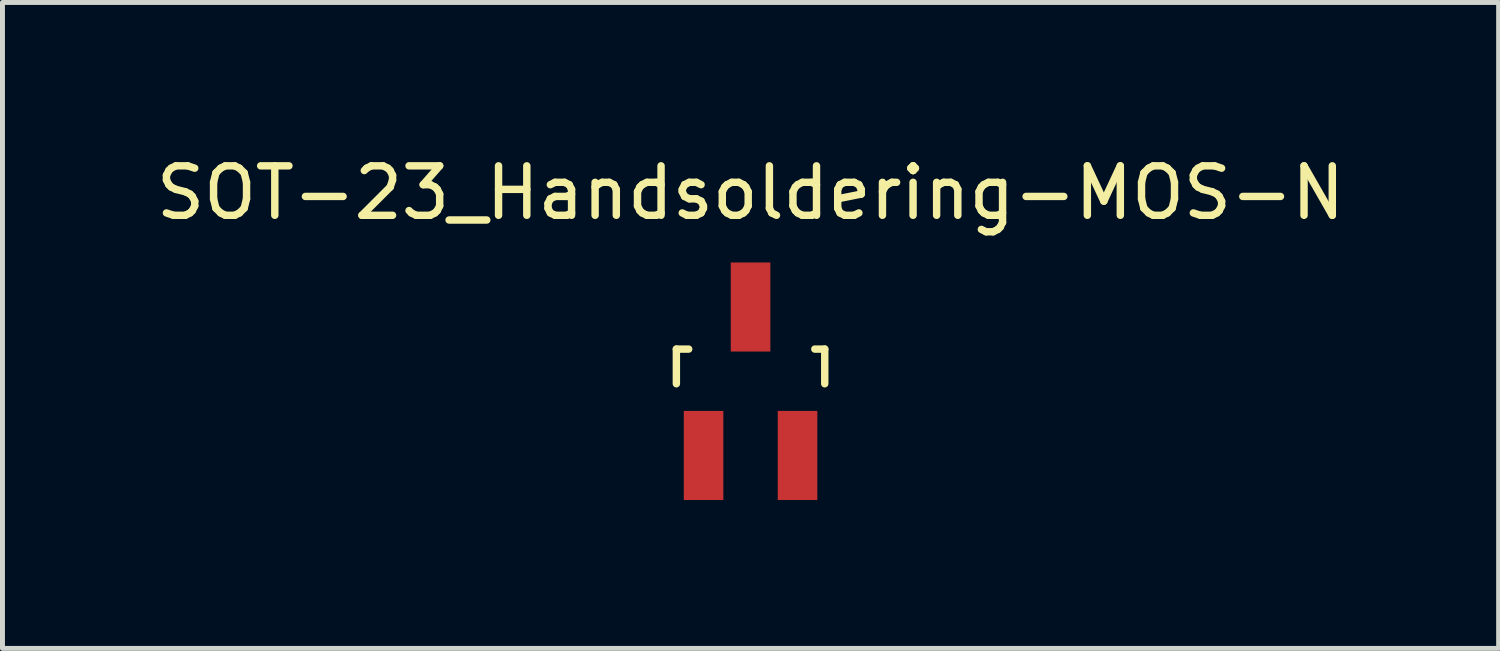
<source format=kicad_pcb>
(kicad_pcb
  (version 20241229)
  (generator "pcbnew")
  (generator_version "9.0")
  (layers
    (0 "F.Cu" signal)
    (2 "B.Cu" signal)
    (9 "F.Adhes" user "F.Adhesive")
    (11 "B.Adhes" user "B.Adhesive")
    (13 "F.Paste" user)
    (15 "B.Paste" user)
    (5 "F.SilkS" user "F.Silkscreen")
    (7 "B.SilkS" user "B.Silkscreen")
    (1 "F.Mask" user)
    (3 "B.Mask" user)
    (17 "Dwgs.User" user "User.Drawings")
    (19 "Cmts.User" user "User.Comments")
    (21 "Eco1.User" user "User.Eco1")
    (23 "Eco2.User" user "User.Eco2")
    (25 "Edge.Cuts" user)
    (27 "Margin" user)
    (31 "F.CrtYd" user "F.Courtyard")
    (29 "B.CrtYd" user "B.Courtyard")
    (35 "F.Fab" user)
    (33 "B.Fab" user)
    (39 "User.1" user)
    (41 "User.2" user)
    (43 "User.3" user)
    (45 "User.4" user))
  (footprint "SOT-23_Handsoldering-MOS-N"
    (layer "F.Cu")
    (at 12.125 4.658)
    (property "Reference" "SOT-23_Handsoldering-MOS-N" (at 0 -3.81 0) (layer "F.SilkS") (effects (font (size 1 1) (thickness 0.15))))
    (attr smd)
    (fp_line (start -1.5 -0.65) (end -1.251 -0.65) (stroke (width 0.15) (type solid)) (layer "F.SilkS"))
    (fp_line (start -1.5 0.051) (end -1.5 -0.65) (stroke (width 0.15) (type solid)) (layer "F.SilkS"))
    (fp_line (start 1.299 -0.65) (end 1.5 -0.65) (stroke (width 0.15) (type solid)) (layer "F.SilkS"))
    (fp_line (start 1.5 -0.65) (end 1.5 0.051) (stroke (width 0.15) (type solid)) (layer "F.SilkS"))
    (pad "D" smd rect (at 0 -1.501) (size 0.8 1.801) (layers "F.Cu" "F.Mask" "F.Paste"))
    (pad "G" smd rect (at -0.95 1.501) (size 0.8 1.801) (layers "F.Cu" "F.Mask" "F.Paste"))
    (pad "S" smd rect (at 0.95 1.501) (size 0.8 1.801) (layers "F.Cu" "F.Mask" "F.Paste")))
  (gr_rect
    (start -3 -3)
    (end 27.25 10.06)
    (stroke (width 0.1) (type default))
    (fill no)
    (layer "Edge.Cuts")))
</source>
